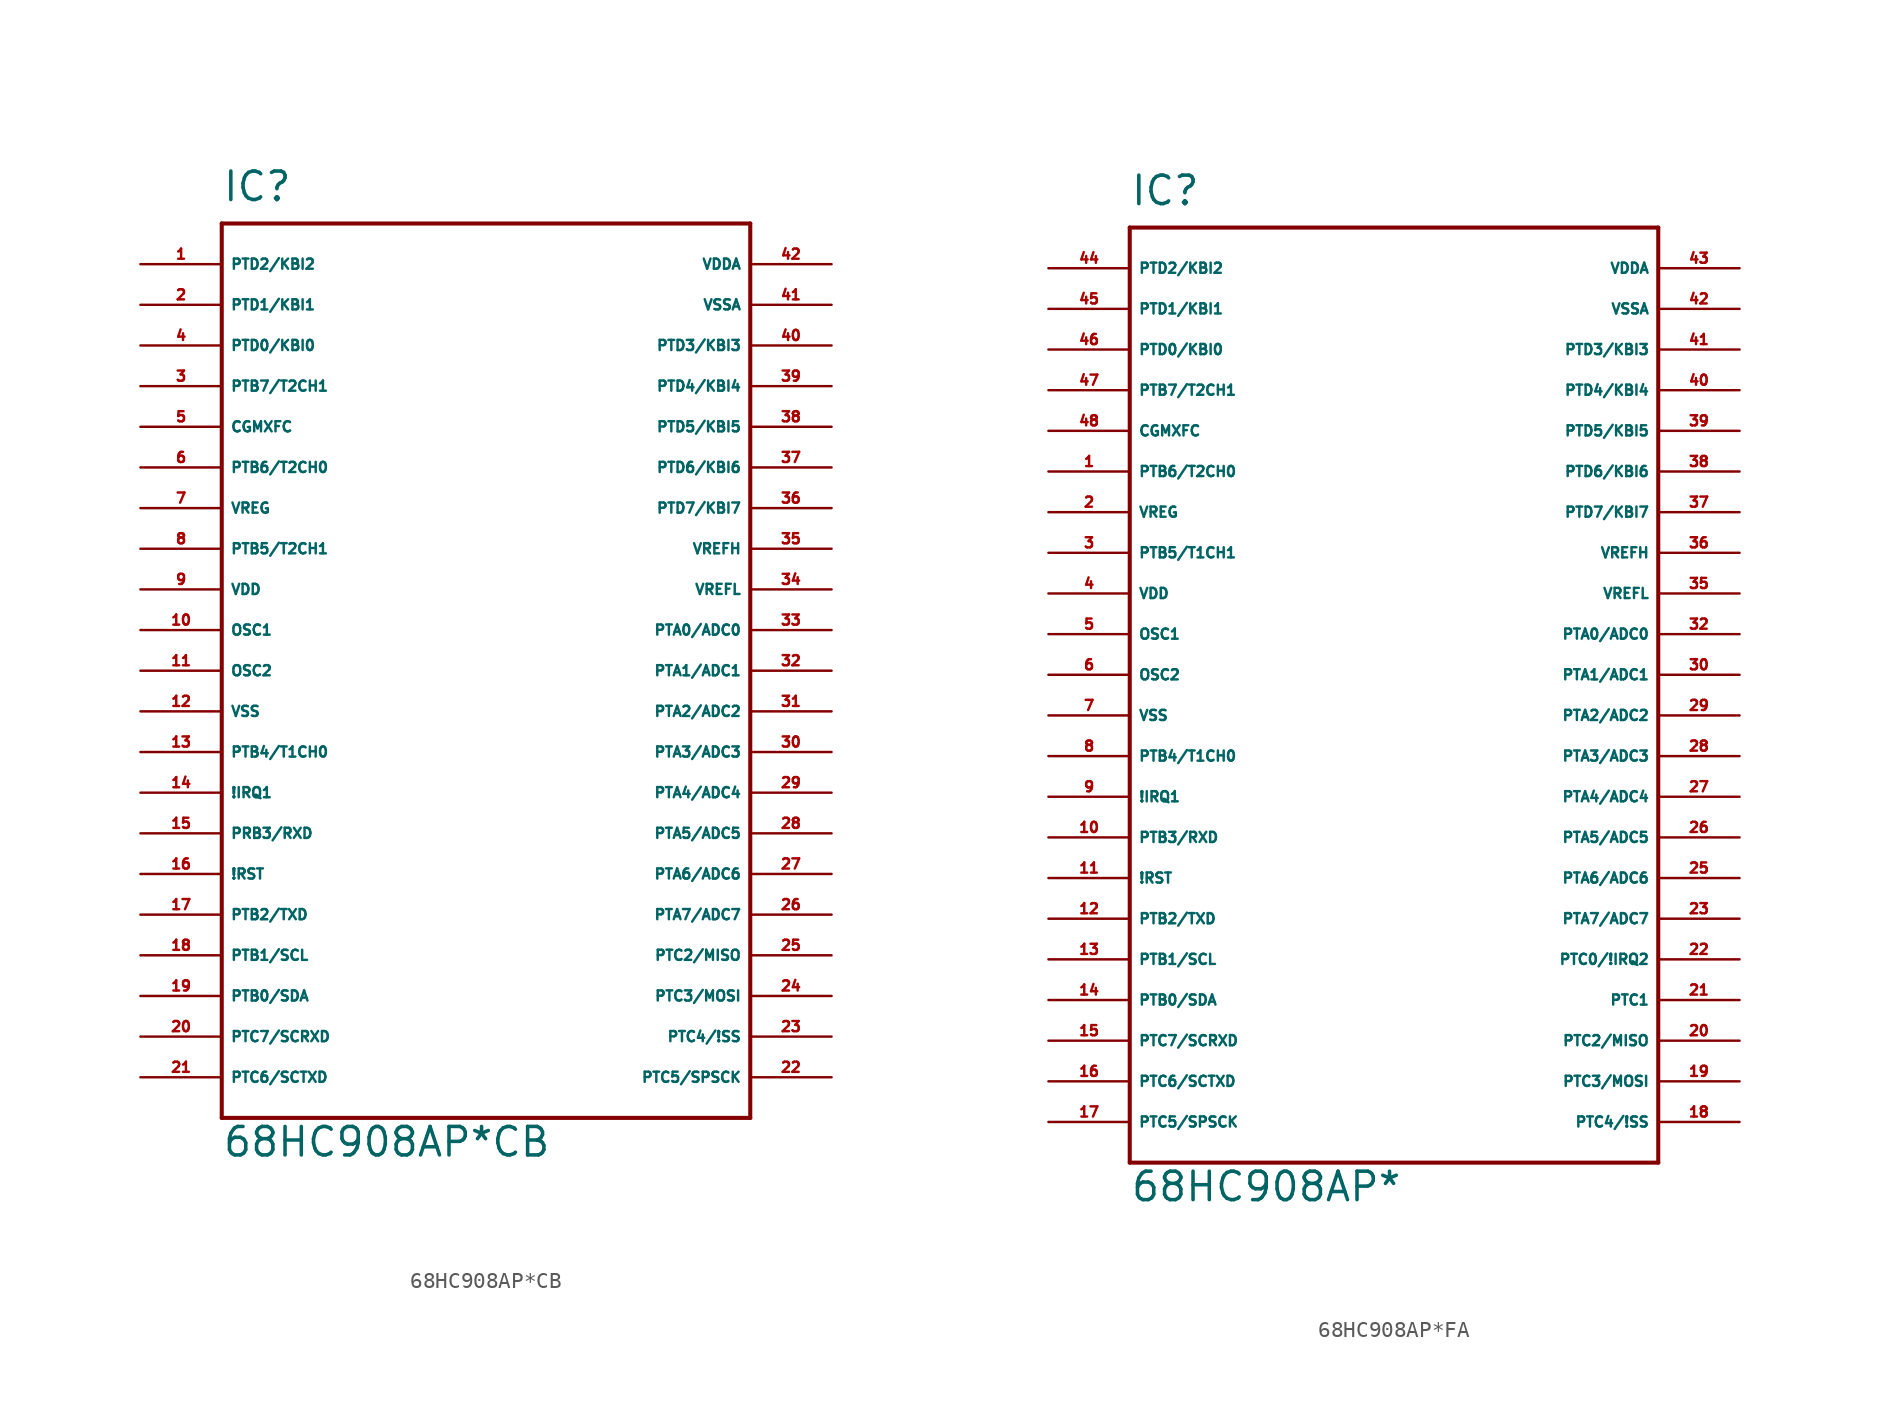
<source format=kicad_sym>
(kicad_symbol_lib
  (version 20220914)
  (generator Eagle2Kicad)
  (symbol "68HC908AP*CB"
    (property "Reference" "IC"
      (at -17.78 29.21 0)
      (effects (font (size 1.778 1.778) (thickness 0.22)) (justify left bottom)))
    (property "Value" "68HC908AP*CB"
      (at -17.78 -30.48 0)
      (effects (font (size 1.778 1.778) (thickness 0.22)) (justify left bottom)))
    (polyline
      (pts (xy -17.78 27.94) (xy -17.78 -27.94))
      (stroke (width 0.254) (type default))
      (fill (type none)))
    (polyline
      (pts (xy -17.78 -27.94) (xy 15.24 -27.94))
      (stroke (width 0.254) (type default))
      (fill (type none)))
    (polyline
      (pts (xy 15.24 -27.94) (xy 15.24 27.94))
      (stroke (width 0.254) (type default))
      (fill (type none)))
    (polyline
      (pts (xy 15.24 27.94) (xy -17.78 27.94))
      (stroke (width 0.254) (type default))
      (fill (type none)))
    (pin bidirectional line
      (at -22.86 25.4 0)
      (length 5.08)
      (name "PTD2/KBI2" (effects (font (size 0.635 0.635) (thickness 0.08)) (justify left bottom)))
      (number "1" (effects (font (size 0.635 0.635) (thickness 0.08)) (justify left bottom))))
    (pin bidirectional line
      (at -22.86 22.86 0)
      (length 5.08)
      (name "PTD1/KBI1" (effects (font (size 0.635 0.635) (thickness 0.08)) (justify left bottom)))
      (number "2" (effects (font (size 0.635 0.635) (thickness 0.08)) (justify left bottom))))
    (pin bidirectional line
      (at -22.86 17.78 0)
      (length 5.08)
      (name "PTB7/T2CH1" (effects (font (size 0.635 0.635) (thickness 0.08)) (justify left bottom)))
      (number "3" (effects (font (size 0.635 0.635) (thickness 0.08)) (justify left bottom))))
    (pin bidirectional line
      (at -22.86 20.32 0)
      (length 5.08)
      (name "PTD0/KBI0" (effects (font (size 0.635 0.635) (thickness 0.08)) (justify left bottom)))
      (number "4" (effects (font (size 0.635 0.635) (thickness 0.08)) (justify left bottom))))
    (pin input line
      (at -22.86 15.24 0)
      (length 5.08)
      (name "CGMXFC" (effects (font (size 0.635 0.635) (thickness 0.08)) (justify left bottom)))
      (number "5" (effects (font (size 0.635 0.635) (thickness 0.08)) (justify left bottom))))
    (pin bidirectional line
      (at -22.86 12.7 0)
      (length 5.08)
      (name "PTB6/T2CH0" (effects (font (size 0.635 0.635) (thickness 0.08)) (justify left bottom)))
      (number "6" (effects (font (size 0.635 0.635) (thickness 0.08)) (justify left bottom))))
    (pin output line
      (at -22.86 10.16 0)
      (length 5.08)
      (name "VREG" (effects (font (size 0.635 0.635) (thickness 0.08)) (justify left bottom)))
      (number "7" (effects (font (size 0.635 0.635) (thickness 0.08)) (justify left bottom))))
    (pin bidirectional line
      (at -22.86 7.62 0)
      (length 5.08)
      (name "PTB5/T2CH1" (effects (font (size 0.635 0.635) (thickness 0.08)) (justify left bottom)))
      (number "8" (effects (font (size 0.635 0.635) (thickness 0.08)) (justify left bottom))))
    (pin unspecified line
      (at -22.86 5.08 0)
      (length 5.08)
      (name "VDD" (effects (font (size 0.635 0.635) (thickness 0.08)) (justify left bottom)))
      (number "9" (effects (font (size 0.635 0.635) (thickness 0.08)) (justify left bottom))))
    (pin input line
      (at -22.86 2.54 0)
      (length 5.08)
      (name "OSC1" (effects (font (size 0.635 0.635) (thickness 0.08)) (justify left bottom)))
      (number "10" (effects (font (size 0.635 0.635) (thickness 0.08)) (justify left bottom))))
    (pin output line
      (at -22.86 0 0)
      (length 5.08)
      (name "OSC2" (effects (font (size 0.635 0.635) (thickness 0.08)) (justify left bottom)))
      (number "11" (effects (font (size 0.635 0.635) (thickness 0.08)) (justify left bottom))))
    (pin unspecified line
      (at -22.86 -2.54 0)
      (length 5.08)
      (name "VSS" (effects (font (size 0.635 0.635) (thickness 0.08)) (justify left bottom)))
      (number "12" (effects (font (size 0.635 0.635) (thickness 0.08)) (justify left bottom))))
    (pin bidirectional line
      (at -22.86 -5.08 0)
      (length 5.08)
      (name "PTB4/T1CH0" (effects (font (size 0.635 0.635) (thickness 0.08)) (justify left bottom)))
      (number "13" (effects (font (size 0.635 0.635) (thickness 0.08)) (justify left bottom))))
    (pin input line
      (at -22.86 -7.62 0)
      (length 5.08)
      (name "!IRQ1" (effects (font (size 0.635 0.635) (thickness 0.08)) (justify left bottom)))
      (number "14" (effects (font (size 0.635 0.635) (thickness 0.08)) (justify left bottom))))
    (pin bidirectional line
      (at -22.86 -10.16 0)
      (length 5.08)
      (name "PRB3/RXD" (effects (font (size 0.635 0.635) (thickness 0.08)) (justify left bottom)))
      (number "15" (effects (font (size 0.635 0.635) (thickness 0.08)) (justify left bottom))))
    (pin input line
      (at -22.86 -12.7 0)
      (length 5.08)
      (name "!RST" (effects (font (size 0.635 0.635) (thickness 0.08)) (justify left bottom)))
      (number "16" (effects (font (size 0.635 0.635) (thickness 0.08)) (justify left bottom))))
    (pin bidirectional line
      (at -22.86 -15.24 0)
      (length 5.08)
      (name "PTB2/TXD" (effects (font (size 0.635 0.635) (thickness 0.08)) (justify left bottom)))
      (number "17" (effects (font (size 0.635 0.635) (thickness 0.08)) (justify left bottom))))
    (pin bidirectional line
      (at -22.86 -17.78 0)
      (length 5.08)
      (name "PTB1/SCL" (effects (font (size 0.635 0.635) (thickness 0.08)) (justify left bottom)))
      (number "18" (effects (font (size 0.635 0.635) (thickness 0.08)) (justify left bottom))))
    (pin bidirectional line
      (at -22.86 -20.32 0)
      (length 5.08)
      (name "PTB0/SDA" (effects (font (size 0.635 0.635) (thickness 0.08)) (justify left bottom)))
      (number "19" (effects (font (size 0.635 0.635) (thickness 0.08)) (justify left bottom))))
    (pin bidirectional line
      (at -22.86 -22.86 0)
      (length 5.08)
      (name "PTC7/SCRXD" (effects (font (size 0.635 0.635) (thickness 0.08)) (justify left bottom)))
      (number "20" (effects (font (size 0.635 0.635) (thickness 0.08)) (justify left bottom))))
    (pin bidirectional line
      (at -22.86 -25.4 0)
      (length 5.08)
      (name "PTC6/SCTXD" (effects (font (size 0.635 0.635) (thickness 0.08)) (justify left bottom)))
      (number "21" (effects (font (size 0.635 0.635) (thickness 0.08)) (justify left bottom))))
    (pin bidirectional line
      (at 20.32 -25.4 180)
      (length 5.08)
      (name "PTC5/SPSCK" (effects (font (size 0.635 0.635) (thickness 0.08)) (justify left bottom)))
      (number "22" (effects (font (size 0.635 0.635) (thickness 0.08)) (justify left bottom))))
    (pin bidirectional line
      (at 20.32 -22.86 180)
      (length 5.08)
      (name "PTC4/!SS" (effects (font (size 0.635 0.635) (thickness 0.08)) (justify left bottom)))
      (number "23" (effects (font (size 0.635 0.635) (thickness 0.08)) (justify left bottom))))
    (pin bidirectional line
      (at 20.32 -20.32 180)
      (length 5.08)
      (name "PTC3/MOSI" (effects (font (size 0.635 0.635) (thickness 0.08)) (justify left bottom)))
      (number "24" (effects (font (size 0.635 0.635) (thickness 0.08)) (justify left bottom))))
    (pin bidirectional line
      (at 20.32 -17.78 180)
      (length 5.08)
      (name "PTC2/MISO" (effects (font (size 0.635 0.635) (thickness 0.08)) (justify left bottom)))
      (number "25" (effects (font (size 0.635 0.635) (thickness 0.08)) (justify left bottom))))
    (pin bidirectional line
      (at 20.32 -15.24 180)
      (length 5.08)
      (name "PTA7/ADC7" (effects (font (size 0.635 0.635) (thickness 0.08)) (justify left bottom)))
      (number "26" (effects (font (size 0.635 0.635) (thickness 0.08)) (justify left bottom))))
    (pin bidirectional line
      (at 20.32 -12.7 180)
      (length 5.08)
      (name "PTA6/ADC6" (effects (font (size 0.635 0.635) (thickness 0.08)) (justify left bottom)))
      (number "27" (effects (font (size 0.635 0.635) (thickness 0.08)) (justify left bottom))))
    (pin bidirectional line
      (at 20.32 -10.16 180)
      (length 5.08)
      (name "PTA5/ADC5" (effects (font (size 0.635 0.635) (thickness 0.08)) (justify left bottom)))
      (number "28" (effects (font (size 0.635 0.635) (thickness 0.08)) (justify left bottom))))
    (pin bidirectional line
      (at 20.32 -7.62 180)
      (length 5.08)
      (name "PTA4/ADC4" (effects (font (size 0.635 0.635) (thickness 0.08)) (justify left bottom)))
      (number "29" (effects (font (size 0.635 0.635) (thickness 0.08)) (justify left bottom))))
    (pin bidirectional line
      (at 20.32 -5.08 180)
      (length 5.08)
      (name "PTA3/ADC3" (effects (font (size 0.635 0.635) (thickness 0.08)) (justify left bottom)))
      (number "30" (effects (font (size 0.635 0.635) (thickness 0.08)) (justify left bottom))))
    (pin bidirectional line
      (at 20.32 -2.54 180)
      (length 5.08)
      (name "PTA2/ADC2" (effects (font (size 0.635 0.635) (thickness 0.08)) (justify left bottom)))
      (number "31" (effects (font (size 0.635 0.635) (thickness 0.08)) (justify left bottom))))
    (pin bidirectional line
      (at 20.32 0 180)
      (length 5.08)
      (name "PTA1/ADC1" (effects (font (size 0.635 0.635) (thickness 0.08)) (justify left bottom)))
      (number "32" (effects (font (size 0.635 0.635) (thickness 0.08)) (justify left bottom))))
    (pin bidirectional line
      (at 20.32 2.54 180)
      (length 5.08)
      (name "PTA0/ADC0" (effects (font (size 0.635 0.635) (thickness 0.08)) (justify left bottom)))
      (number "33" (effects (font (size 0.635 0.635) (thickness 0.08)) (justify left bottom))))
    (pin passive line
      (at 20.32 5.08 180)
      (length 5.08)
      (name "VREFL" (effects (font (size 0.635 0.635) (thickness 0.08)) (justify left bottom)))
      (number "34" (effects (font (size 0.635 0.635) (thickness 0.08)) (justify left bottom))))
    (pin passive line
      (at 20.32 7.62 180)
      (length 5.08)
      (name "VREFH" (effects (font (size 0.635 0.635) (thickness 0.08)) (justify left bottom)))
      (number "35" (effects (font (size 0.635 0.635) (thickness 0.08)) (justify left bottom))))
    (pin bidirectional line
      (at 20.32 10.16 180)
      (length 5.08)
      (name "PTD7/KBI7" (effects (font (size 0.635 0.635) (thickness 0.08)) (justify left bottom)))
      (number "36" (effects (font (size 0.635 0.635) (thickness 0.08)) (justify left bottom))))
    (pin bidirectional line
      (at 20.32 12.7 180)
      (length 5.08)
      (name "PTD6/KBI6" (effects (font (size 0.635 0.635) (thickness 0.08)) (justify left bottom)))
      (number "37" (effects (font (size 0.635 0.635) (thickness 0.08)) (justify left bottom))))
    (pin bidirectional line
      (at 20.32 15.24 180)
      (length 5.08)
      (name "PTD5/KBI5" (effects (font (size 0.635 0.635) (thickness 0.08)) (justify left bottom)))
      (number "38" (effects (font (size 0.635 0.635) (thickness 0.08)) (justify left bottom))))
    (pin bidirectional line
      (at 20.32 17.78 180)
      (length 5.08)
      (name "PTD4/KBI4" (effects (font (size 0.635 0.635) (thickness 0.08)) (justify left bottom)))
      (number "39" (effects (font (size 0.635 0.635) (thickness 0.08)) (justify left bottom))))
    (pin bidirectional line
      (at 20.32 20.32 180)
      (length 5.08)
      (name "PTD3/KBI3" (effects (font (size 0.635 0.635) (thickness 0.08)) (justify left bottom)))
      (number "40" (effects (font (size 0.635 0.635) (thickness 0.08)) (justify left bottom))))
    (pin unspecified line
      (at 20.32 22.86 180)
      (length 5.08)
      (name "VSSA" (effects (font (size 0.635 0.635) (thickness 0.08)) (justify left bottom)))
      (number "41" (effects (font (size 0.635 0.635) (thickness 0.08)) (justify left bottom))))
    (pin unspecified line
      (at 20.32 25.4 180)
      (length 5.08)
      (name "VDDA" (effects (font (size 0.635 0.635) (thickness 0.08)) (justify left bottom)))
      (number "42" (effects (font (size 0.635 0.635) (thickness 0.08)) (justify left bottom)))))
  (symbol "68HC908AP*FA"
    (property "Reference" "IC"
      (at -17.78 31.75 0)
      (effects (font (size 1.778 1.778) (thickness 0.22)) (justify left bottom)))
    (property "Value" "68HC908AP*"
      (at -17.78 -30.48 0)
      (effects (font (size 1.778 1.778) (thickness 0.22)) (justify left bottom)))
    (polyline
      (pts (xy -17.78 30.48) (xy -17.78 -27.94))
      (stroke (width 0.254) (type default))
      (fill (type none)))
    (polyline
      (pts (xy -17.78 -27.94) (xy 15.24 -27.94))
      (stroke (width 0.254) (type default))
      (fill (type none)))
    (polyline
      (pts (xy 15.24 -27.94) (xy 15.24 30.48))
      (stroke (width 0.254) (type default))
      (fill (type none)))
    (polyline
      (pts (xy 15.24 30.48) (xy -17.78 30.48))
      (stroke (width 0.254) (type default))
      (fill (type none)))
    (pin bidirectional line
      (at -22.86 27.94 0)
      (length 5.08)
      (name "PTD2/KBI2" (effects (font (size 0.635 0.635) (thickness 0.08)) (justify left bottom)))
      (number "44" (effects (font (size 0.635 0.635) (thickness 0.08)) (justify left bottom))))
    (pin bidirectional line
      (at -22.86 25.4 0)
      (length 5.08)
      (name "PTD1/KBI1" (effects (font (size 0.635 0.635) (thickness 0.08)) (justify left bottom)))
      (number "45" (effects (font (size 0.635 0.635) (thickness 0.08)) (justify left bottom))))
    (pin bidirectional line
      (at -22.86 20.32 0)
      (length 5.08)
      (name "PTB7/T2CH1" (effects (font (size 0.635 0.635) (thickness 0.08)) (justify left bottom)))
      (number "47" (effects (font (size 0.635 0.635) (thickness 0.08)) (justify left bottom))))
    (pin bidirectional line
      (at -22.86 22.86 0)
      (length 5.08)
      (name "PTD0/KBI0" (effects (font (size 0.635 0.635) (thickness 0.08)) (justify left bottom)))
      (number "46" (effects (font (size 0.635 0.635) (thickness 0.08)) (justify left bottom))))
    (pin input line
      (at -22.86 17.78 0)
      (length 5.08)
      (name "CGMXFC" (effects (font (size 0.635 0.635) (thickness 0.08)) (justify left bottom)))
      (number "48" (effects (font (size 0.635 0.635) (thickness 0.08)) (justify left bottom))))
    (pin bidirectional line
      (at -22.86 15.24 0)
      (length 5.08)
      (name "PTB6/T2CH0" (effects (font (size 0.635 0.635) (thickness 0.08)) (justify left bottom)))
      (number "1" (effects (font (size 0.635 0.635) (thickness 0.08)) (justify left bottom))))
    (pin output line
      (at -22.86 12.7 0)
      (length 5.08)
      (name "VREG" (effects (font (size 0.635 0.635) (thickness 0.08)) (justify left bottom)))
      (number "2" (effects (font (size 0.635 0.635) (thickness 0.08)) (justify left bottom))))
    (pin bidirectional line
      (at -22.86 10.16 0)
      (length 5.08)
      (name "PTB5/T1CH1" (effects (font (size 0.635 0.635) (thickness 0.08)) (justify left bottom)))
      (number "3" (effects (font (size 0.635 0.635) (thickness 0.08)) (justify left bottom))))
    (pin unspecified line
      (at -22.86 7.62 0)
      (length 5.08)
      (name "VDD" (effects (font (size 0.635 0.635) (thickness 0.08)) (justify left bottom)))
      (number "4" (effects (font (size 0.635 0.635) (thickness 0.08)) (justify left bottom))))
    (pin input line
      (at -22.86 5.08 0)
      (length 5.08)
      (name "OSC1" (effects (font (size 0.635 0.635) (thickness 0.08)) (justify left bottom)))
      (number "5" (effects (font (size 0.635 0.635) (thickness 0.08)) (justify left bottom))))
    (pin output line
      (at -22.86 2.54 0)
      (length 5.08)
      (name "OSC2" (effects (font (size 0.635 0.635) (thickness 0.08)) (justify left bottom)))
      (number "6" (effects (font (size 0.635 0.635) (thickness 0.08)) (justify left bottom))))
    (pin unspecified line
      (at -22.86 0 0)
      (length 5.08)
      (name "VSS" (effects (font (size 0.635 0.635) (thickness 0.08)) (justify left bottom)))
      (number "7" (effects (font (size 0.635 0.635) (thickness 0.08)) (justify left bottom))))
    (pin bidirectional line
      (at -22.86 -2.54 0)
      (length 5.08)
      (name "PTB4/T1CH0" (effects (font (size 0.635 0.635) (thickness 0.08)) (justify left bottom)))
      (number "8" (effects (font (size 0.635 0.635) (thickness 0.08)) (justify left bottom))))
    (pin input line
      (at -22.86 -5.08 0)
      (length 5.08)
      (name "!IRQ1" (effects (font (size 0.635 0.635) (thickness 0.08)) (justify left bottom)))
      (number "9" (effects (font (size 0.635 0.635) (thickness 0.08)) (justify left bottom))))
    (pin bidirectional line
      (at -22.86 -7.62 0)
      (length 5.08)
      (name "PTB3/RXD" (effects (font (size 0.635 0.635) (thickness 0.08)) (justify left bottom)))
      (number "10" (effects (font (size 0.635 0.635) (thickness 0.08)) (justify left bottom))))
    (pin input line
      (at -22.86 -10.16 0)
      (length 5.08)
      (name "!RST" (effects (font (size 0.635 0.635) (thickness 0.08)) (justify left bottom)))
      (number "11" (effects (font (size 0.635 0.635) (thickness 0.08)) (justify left bottom))))
    (pin bidirectional line
      (at -22.86 -12.7 0)
      (length 5.08)
      (name "PTB2/TXD" (effects (font (size 0.635 0.635) (thickness 0.08)) (justify left bottom)))
      (number "12" (effects (font (size 0.635 0.635) (thickness 0.08)) (justify left bottom))))
    (pin bidirectional line
      (at -22.86 -15.24 0)
      (length 5.08)
      (name "PTB1/SCL" (effects (font (size 0.635 0.635) (thickness 0.08)) (justify left bottom)))
      (number "13" (effects (font (size 0.635 0.635) (thickness 0.08)) (justify left bottom))))
    (pin bidirectional line
      (at -22.86 -17.78 0)
      (length 5.08)
      (name "PTB0/SDA" (effects (font (size 0.635 0.635) (thickness 0.08)) (justify left bottom)))
      (number "14" (effects (font (size 0.635 0.635) (thickness 0.08)) (justify left bottom))))
    (pin bidirectional line
      (at -22.86 -20.32 0)
      (length 5.08)
      (name "PTC7/SCRXD" (effects (font (size 0.635 0.635) (thickness 0.08)) (justify left bottom)))
      (number "15" (effects (font (size 0.635 0.635) (thickness 0.08)) (justify left bottom))))
    (pin bidirectional line
      (at -22.86 -22.86 0)
      (length 5.08)
      (name "PTC6/SCTXD" (effects (font (size 0.635 0.635) (thickness 0.08)) (justify left bottom)))
      (number "16" (effects (font (size 0.635 0.635) (thickness 0.08)) (justify left bottom))))
    (pin bidirectional line
      (at -22.86 -25.4 0)
      (length 5.08)
      (name "PTC5/SPSCK" (effects (font (size 0.635 0.635) (thickness 0.08)) (justify left bottom)))
      (number "17" (effects (font (size 0.635 0.635) (thickness 0.08)) (justify left bottom))))
    (pin bidirectional line
      (at 20.32 -25.4 180)
      (length 5.08)
      (name "PTC4/!SS" (effects (font (size 0.635 0.635) (thickness 0.08)) (justify left bottom)))
      (number "18" (effects (font (size 0.635 0.635) (thickness 0.08)) (justify left bottom))))
    (pin bidirectional line
      (at 20.32 -22.86 180)
      (length 5.08)
      (name "PTC3/MOSI" (effects (font (size 0.635 0.635) (thickness 0.08)) (justify left bottom)))
      (number "19" (effects (font (size 0.635 0.635) (thickness 0.08)) (justify left bottom))))
    (pin bidirectional line
      (at 20.32 -20.32 180)
      (length 5.08)
      (name "PTC2/MISO" (effects (font (size 0.635 0.635) (thickness 0.08)) (justify left bottom)))
      (number "20" (effects (font (size 0.635 0.635) (thickness 0.08)) (justify left bottom))))
    (pin bidirectional line
      (at 20.32 -12.7 180)
      (length 5.08)
      (name "PTA7/ADC7" (effects (font (size 0.635 0.635) (thickness 0.08)) (justify left bottom)))
      (number "23" (effects (font (size 0.635 0.635) (thickness 0.08)) (justify left bottom))))
    (pin bidirectional line
      (at 20.32 -10.16 180)
      (length 5.08)
      (name "PTA6/ADC6" (effects (font (size 0.635 0.635) (thickness 0.08)) (justify left bottom)))
      (number "25" (effects (font (size 0.635 0.635) (thickness 0.08)) (justify left bottom))))
    (pin bidirectional line
      (at 20.32 -7.62 180)
      (length 5.08)
      (name "PTA5/ADC5" (effects (font (size 0.635 0.635) (thickness 0.08)) (justify left bottom)))
      (number "26" (effects (font (size 0.635 0.635) (thickness 0.08)) (justify left bottom))))
    (pin bidirectional line
      (at 20.32 -5.08 180)
      (length 5.08)
      (name "PTA4/ADC4" (effects (font (size 0.635 0.635) (thickness 0.08)) (justify left bottom)))
      (number "27" (effects (font (size 0.635 0.635) (thickness 0.08)) (justify left bottom))))
    (pin bidirectional line
      (at 20.32 -2.54 180)
      (length 5.08)
      (name "PTA3/ADC3" (effects (font (size 0.635 0.635) (thickness 0.08)) (justify left bottom)))
      (number "28" (effects (font (size 0.635 0.635) (thickness 0.08)) (justify left bottom))))
    (pin bidirectional line
      (at 20.32 0 180)
      (length 5.08)
      (name "PTA2/ADC2" (effects (font (size 0.635 0.635) (thickness 0.08)) (justify left bottom)))
      (number "29" (effects (font (size 0.635 0.635) (thickness 0.08)) (justify left bottom))))
    (pin bidirectional line
      (at 20.32 2.54 180)
      (length 5.08)
      (name "PTA1/ADC1" (effects (font (size 0.635 0.635) (thickness 0.08)) (justify left bottom)))
      (number "30" (effects (font (size 0.635 0.635) (thickness 0.08)) (justify left bottom))))
    (pin bidirectional line
      (at 20.32 5.08 180)
      (length 5.08)
      (name "PTA0/ADC0" (effects (font (size 0.635 0.635) (thickness 0.08)) (justify left bottom)))
      (number "32" (effects (font (size 0.635 0.635) (thickness 0.08)) (justify left bottom))))
    (pin passive line
      (at 20.32 7.62 180)
      (length 5.08)
      (name "VREFL" (effects (font (size 0.635 0.635) (thickness 0.08)) (justify left bottom)))
      (number "35" (effects (font (size 0.635 0.635) (thickness 0.08)) (justify left bottom))))
    (pin passive line
      (at 20.32 10.16 180)
      (length 5.08)
      (name "VREFH" (effects (font (size 0.635 0.635) (thickness 0.08)) (justify left bottom)))
      (number "36" (effects (font (size 0.635 0.635) (thickness 0.08)) (justify left bottom))))
    (pin bidirectional line
      (at 20.32 12.7 180)
      (length 5.08)
      (name "PTD7/KBI7" (effects (font (size 0.635 0.635) (thickness 0.08)) (justify left bottom)))
      (number "37" (effects (font (size 0.635 0.635) (thickness 0.08)) (justify left bottom))))
    (pin bidirectional line
      (at 20.32 15.24 180)
      (length 5.08)
      (name "PTD6/KBI6" (effects (font (size 0.635 0.635) (thickness 0.08)) (justify left bottom)))
      (number "38" (effects (font (size 0.635 0.635) (thickness 0.08)) (justify left bottom))))
    (pin bidirectional line
      (at 20.32 17.78 180)
      (length 5.08)
      (name "PTD5/KBI5" (effects (font (size 0.635 0.635) (thickness 0.08)) (justify left bottom)))
      (number "39" (effects (font (size 0.635 0.635) (thickness 0.08)) (justify left bottom))))
    (pin bidirectional line
      (at 20.32 20.32 180)
      (length 5.08)
      (name "PTD4/KBI4" (effects (font (size 0.635 0.635) (thickness 0.08)) (justify left bottom)))
      (number "40" (effects (font (size 0.635 0.635) (thickness 0.08)) (justify left bottom))))
    (pin bidirectional line
      (at 20.32 22.86 180)
      (length 5.08)
      (name "PTD3/KBI3" (effects (font (size 0.635 0.635) (thickness 0.08)) (justify left bottom)))
      (number "41" (effects (font (size 0.635 0.635) (thickness 0.08)) (justify left bottom))))
    (pin unspecified line
      (at 20.32 25.4 180)
      (length 5.08)
      (name "VSSA" (effects (font (size 0.635 0.635) (thickness 0.08)) (justify left bottom)))
      (number "42" (effects (font (size 0.635 0.635) (thickness 0.08)) (justify left bottom))))
    (pin unspecified line
      (at 20.32 27.94 180)
      (length 5.08)
      (name "VDDA" (effects (font (size 0.635 0.635) (thickness 0.08)) (justify left bottom)))
      (number "43" (effects (font (size 0.635 0.635) (thickness 0.08)) (justify left bottom))))
    (pin bidirectional line
      (at 20.32 -17.78 180)
      (length 5.08)
      (name "PTC1" (effects (font (size 0.635 0.635) (thickness 0.08)) (justify left bottom)))
      (number "21" (effects (font (size 0.635 0.635) (thickness 0.08)) (justify left bottom))))
    (pin bidirectional line
      (at 20.32 -15.24 180)
      (length 5.08)
      (name "PTC0/!IRQ2" (effects (font (size 0.635 0.635) (thickness 0.08)) (justify left bottom)))
      (number "22" (effects (font (size 0.635 0.635) (thickness 0.08)) (justify left bottom))))))
</source>
